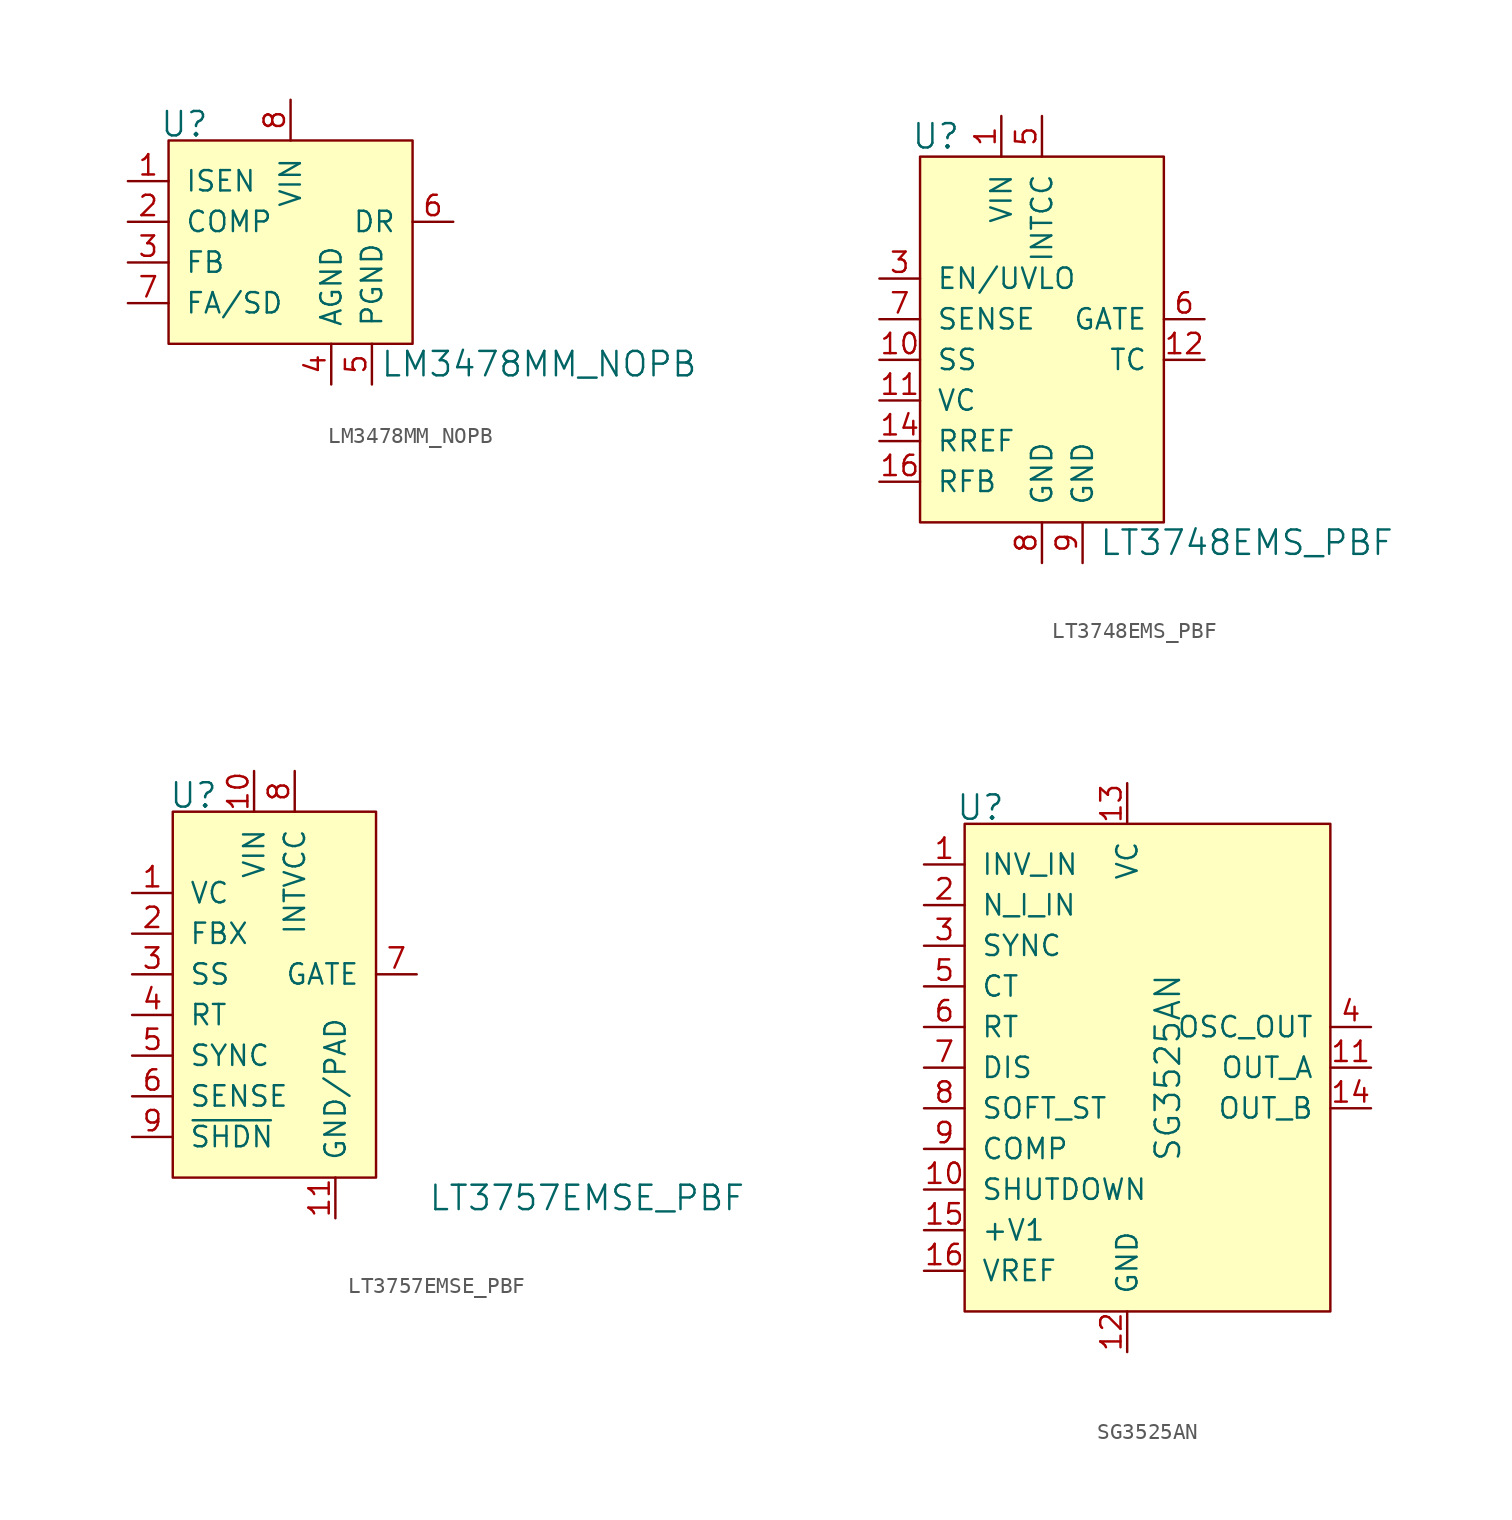
<source format=kicad_sym>
(kicad_symbol_lib
  (version 20220914)
  (generator kicad_symbol_editor)
  (symbol "LM3478MM_NOPB"
    (pin_names
      (offset 1.016))
    (property "Reference" "U"
      (at -5.08 6.096 0)
      (effects (font (size 1.524 1.524)) (justify right)))
    (property "Value" "LM3478MM_NOPB"
      (at 5.588 -8.89 0)
      (effects (font (size 1.524 1.524)) (justify left)))
    (symbol "LM3478MM_NOPB_0_1"
      (rectangle (start -7.62 5.08) (end 7.62 -7.62) (stroke (width 0) (type default)) (fill (type background))))
    (symbol "LM3478MM_NOPB_1_1"
      (pin input line (at -10.16 2.54 0) (length 2.54) (name "ISEN" (effects (font (size 1.27 1.27)))) (number "1" (effects (font (size 1.27 1.27)))))
      (pin passive line (at -10.16 0 0) (length 2.54) (name "COMP" (effects (font (size 1.27 1.27)))) (number "2" (effects (font (size 1.27 1.27)))))
      (pin input line (at -10.16 -2.54 0) (length 2.54) (name "FB" (effects (font (size 1.27 1.27)))) (number "3" (effects (font (size 1.27 1.27)))))
      (pin power_in line (at 2.54 -10.16 90) (length 2.54) (name "AGND" (effects (font (size 1.27 1.27)))) (number "4" (effects (font (size 1.27 1.27)))))
      (pin power_in line (at 5.08 -10.16 90) (length 2.54) (name "PGND" (effects (font (size 1.27 1.27)))) (number "5" (effects (font (size 1.27 1.27)))))
      (pin output line (at 10.16 0 180) (length 2.54) (name "DR" (effects (font (size 1.27 1.27)))) (number "6" (effects (font (size 1.27 1.27)))))
      (pin passive line (at -10.16 -5.08 0) (length 2.54) (name "FA/SD" (effects (font (size 1.27 1.27)))) (number "7" (effects (font (size 1.27 1.27)))))
      (pin power_in line (at 0 7.62 270) (length 2.54) (name "VIN" (effects (font (size 1.27 1.27)))) (number "8" (effects (font (size 1.27 1.27)))))))
  (symbol "LT3748EMS_PBF"
    (pin_names
      (offset 1.016))
    (property "Reference" "U"
      (at -5.08 3.81 0)
      (effects (font (size 1.524 1.524)) (justify right)))
    (property "Value" "LT3748EMS_PBF"
      (at 3.556 -21.59 0)
      (effects (font (size 1.524 1.524)) (justify left)))
    (symbol "LT3748EMS_PBF_0_1"
      (rectangle (start -7.62 2.54) (end 7.62 -20.32) (stroke (width 0) (type default)) (fill (type background))))
    (symbol "LT3748EMS_PBF_1_1"
      (pin power_in line (at -2.54 5.08 270) (length 2.54) (name "VIN" (effects (font (size 1.27 1.27)))) (number "1" (effects (font (size 1.27 1.27)))))
      (pin input line (at -10.16 -10.16 0) (length 2.54) (name "SS" (effects (font (size 1.27 1.27)))) (number "10" (effects (font (size 1.27 1.27)))))
      (pin passive line (at -10.16 -12.7 0) (length 2.54) (name "VC" (effects (font (size 1.27 1.27)))) (number "11" (effects (font (size 1.27 1.27)))))
      (pin output line (at 10.16 -10.16 180) (length 2.54) (name "TC" (effects (font (size 1.27 1.27)))) (number "12" (effects (font (size 1.27 1.27)))))
      (pin input line (at -10.16 -15.24 0) (length 2.54) (name "RREF" (effects (font (size 1.27 1.27)))) (number "14" (effects (font (size 1.27 1.27)))))
      (pin input line (at -10.16 -17.78 0) (length 2.54) (name "RFB" (effects (font (size 1.27 1.27)))) (number "16" (effects (font (size 1.27 1.27)))))
      (pin input line (at -10.16 -5.08 0) (length 2.54) (name "EN/UVLO" (effects (font (size 1.27 1.27)))) (number "3" (effects (font (size 1.27 1.27)))))
      (pin power_in line (at 0 5.08 270) (length 2.54) (name "INTCC" (effects (font (size 1.27 1.27)))) (number "5" (effects (font (size 1.27 1.27)))))
      (pin output line (at 10.16 -7.62 180) (length 2.54) (name "GATE" (effects (font (size 1.27 1.27)))) (number "6" (effects (font (size 1.27 1.27)))))
      (pin input line (at -10.16 -7.62 0) (length 2.54) (name "SENSE" (effects (font (size 1.27 1.27)))) (number "7" (effects (font (size 1.27 1.27)))))
      (pin power_in line (at 0 -22.86 90) (length 2.54) (name "GND" (effects (font (size 1.27 1.27)))) (number "8" (effects (font (size 1.27 1.27)))))
      (pin power_in line (at 2.54 -22.86 90) (length 2.54) (name "GND" (effects (font (size 1.27 1.27)))) (number "9" (effects (font (size 1.27 1.27)))))))
  (symbol "LT3757EMSE_PBF"
    (pin_names
      (offset 1.016))
    (property "Reference" "U"
      (at -5.334 3.556 0)
      (effects (font (size 1.524 1.524)) (justify left)))
    (property "Value" "LT3757EMSE_PBF"
      (at 30.734 -21.59 0)
      (effects (font (size 1.524 1.524)) (justify right)))
    (symbol "LT3757EMSE_PBF_0_1"
      (rectangle (start -5.08 2.54) (end 7.62 -20.32) (stroke (width 0) (type default)) (fill (type background))))
    (symbol "LT3757EMSE_PBF_1_1"
      (pin input line (at -7.62 -2.54 0) (length 2.54) (name "VC" (effects (font (size 1.27 1.27)))) (number "1" (effects (font (size 1.27 1.27)))))
      (pin power_in line (at 0 5.08 270) (length 2.54) (name "VIN" (effects (font (size 1.27 1.27)))) (number "10" (effects (font (size 1.27 1.27)))))
      (pin power_in line (at 5.08 -22.86 90) (length 2.54) (name "GND/PAD" (effects (font (size 1.27 1.27)))) (number "11" (effects (font (size 1.27 1.27)))))
      (pin input line (at -7.62 -5.08 0) (length 2.54) (name "FBX" (effects (font (size 1.27 1.27)))) (number "2" (effects (font (size 1.27 1.27)))))
      (pin input line (at -7.62 -7.62 0) (length 2.54) (name "SS" (effects (font (size 1.27 1.27)))) (number "3" (effects (font (size 1.27 1.27)))))
      (pin input line (at -7.62 -10.16 0) (length 2.54) (name "RT" (effects (font (size 1.27 1.27)))) (number "4" (effects (font (size 1.27 1.27)))))
      (pin input line (at -7.62 -12.7 0) (length 2.54) (name "SYNC" (effects (font (size 1.27 1.27)))) (number "5" (effects (font (size 1.27 1.27)))))
      (pin input line (at -7.62 -15.24 0) (length 2.54) (name "SENSE" (effects (font (size 1.27 1.27)))) (number "6" (effects (font (size 1.27 1.27)))))
      (pin output line (at 10.16 -7.62 180) (length 2.54) (name "GATE" (effects (font (size 1.27 1.27)))) (number "7" (effects (font (size 1.27 1.27)))))
      (pin power_in line (at 2.54 5.08 270) (length 2.54) (name "INTVCC" (effects (font (size 1.27 1.27)))) (number "8" (effects (font (size 1.27 1.27)))))
      (pin input line (at -7.62 -17.78 0) (length 2.54) (name "~{SHDN}" (effects (font (size 1.27 1.27)))) (number "9" (effects (font (size 1.27 1.27)))))))
  (symbol "SG3525AN"
    (pin_names
      (offset 1.016))
    (property "Reference" "U"
      (at -7.62 6.096 0)
      (effects (font (size 1.524 1.524)) (justify right)))
    (property "Value" "SG3525AN"
      (at 2.54 -10.16 90)
      (effects (font (size 1.524 1.524))))
    (symbol "SG3525AN_0_1"
      (rectangle (start -10.16 5.08) (end 12.7 -25.4) (stroke (width 0) (type default)) (fill (type background))))
    (symbol "SG3525AN_1_1"
      (pin input line (at -12.7 2.54 0) (length 2.54) (name "INV_IN" (effects (font (size 1.27 1.27)))) (number "1" (effects (font (size 1.27 1.27)))))
      (pin input line (at -12.7 -17.78 0) (length 2.54) (name "SHUTDOWN" (effects (font (size 1.27 1.27)))) (number "10" (effects (font (size 1.27 1.27)))))
      (pin output line (at 15.24 -10.16 180) (length 2.54) (name "OUT_A" (effects (font (size 1.27 1.27)))) (number "11" (effects (font (size 1.27 1.27)))))
      (pin power_in line (at 0 -27.94 90) (length 2.54) (name "GND" (effects (font (size 1.27 1.27)))) (number "12" (effects (font (size 1.27 1.27)))))
      (pin power_in line (at 0 7.62 270) (length 2.54) (name "VC" (effects (font (size 1.27 1.27)))) (number "13" (effects (font (size 1.27 1.27)))))
      (pin output line (at 15.24 -12.7 180) (length 2.54) (name "OUT_B" (effects (font (size 1.27 1.27)))) (number "14" (effects (font (size 1.27 1.27)))))
      (pin input line (at -12.7 -20.32 0) (length 2.54) (name "+V1" (effects (font (size 1.27 1.27)))) (number "15" (effects (font (size 1.27 1.27)))))
      (pin input line (at -12.7 -22.86 0) (length 2.54) (name "VREF" (effects (font (size 1.27 1.27)))) (number "16" (effects (font (size 1.27 1.27)))))
      (pin input line (at -12.7 0 0) (length 2.54) (name "N_I_IN" (effects (font (size 1.27 1.27)))) (number "2" (effects (font (size 1.27 1.27)))))
      (pin input line (at -12.7 -2.54 0) (length 2.54) (name "SYNC" (effects (font (size 1.27 1.27)))) (number "3" (effects (font (size 1.27 1.27)))))
      (pin output line (at 15.24 -7.62 180) (length 2.54) (name "OSC_OUT" (effects (font (size 1.27 1.27)))) (number "4" (effects (font (size 1.27 1.27)))))
      (pin input line (at -12.7 -5.08 0) (length 2.54) (name "CT" (effects (font (size 1.27 1.27)))) (number "5" (effects (font (size 1.27 1.27)))))
      (pin input line (at -12.7 -7.62 0) (length 2.54) (name "RT" (effects (font (size 1.27 1.27)))) (number "6" (effects (font (size 1.27 1.27)))))
      (pin input line (at -12.7 -10.16 0) (length 2.54) (name "DIS" (effects (font (size 1.27 1.27)))) (number "7" (effects (font (size 1.27 1.27)))))
      (pin input line (at -12.7 -12.7 0) (length 2.54) (name "SOFT_ST" (effects (font (size 1.27 1.27)))) (number "8" (effects (font (size 1.27 1.27)))))
      (pin input line (at -12.7 -15.24 0) (length 2.54) (name "COMP" (effects (font (size 1.27 1.27)))) (number "9" (effects (font (size 1.27 1.27))))))))
</source>
